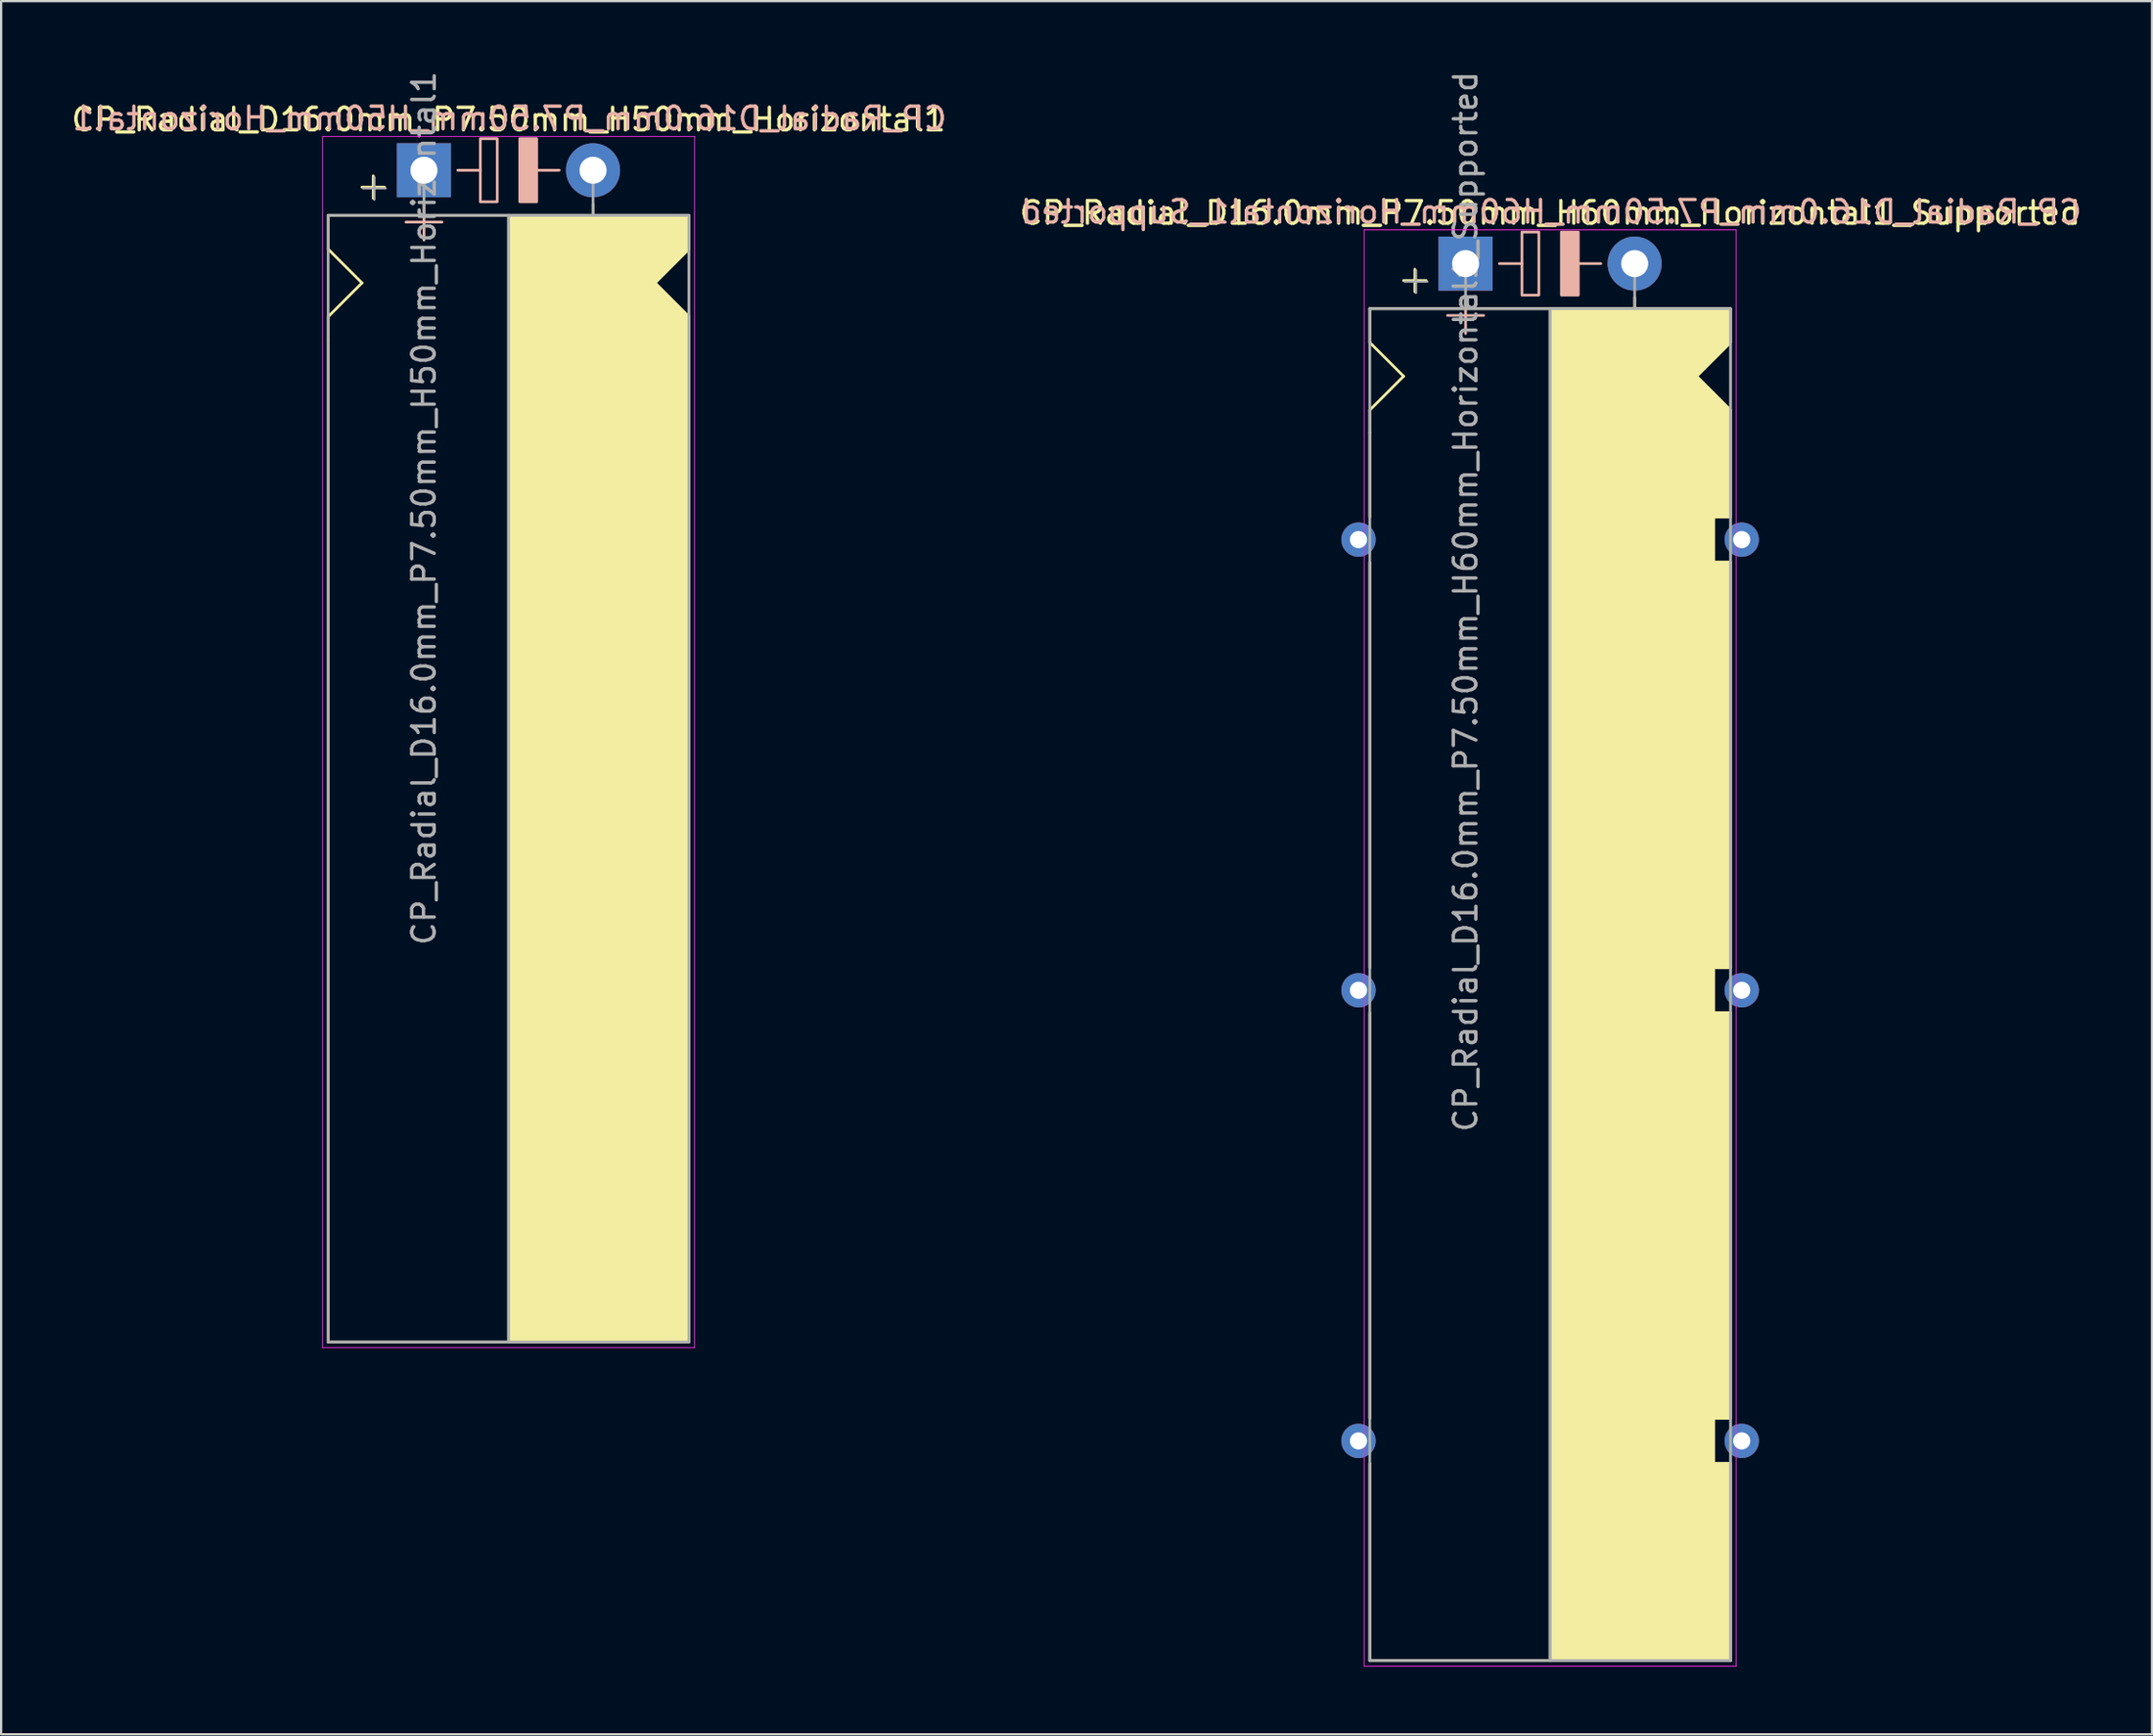
<source format=kicad_pcb>
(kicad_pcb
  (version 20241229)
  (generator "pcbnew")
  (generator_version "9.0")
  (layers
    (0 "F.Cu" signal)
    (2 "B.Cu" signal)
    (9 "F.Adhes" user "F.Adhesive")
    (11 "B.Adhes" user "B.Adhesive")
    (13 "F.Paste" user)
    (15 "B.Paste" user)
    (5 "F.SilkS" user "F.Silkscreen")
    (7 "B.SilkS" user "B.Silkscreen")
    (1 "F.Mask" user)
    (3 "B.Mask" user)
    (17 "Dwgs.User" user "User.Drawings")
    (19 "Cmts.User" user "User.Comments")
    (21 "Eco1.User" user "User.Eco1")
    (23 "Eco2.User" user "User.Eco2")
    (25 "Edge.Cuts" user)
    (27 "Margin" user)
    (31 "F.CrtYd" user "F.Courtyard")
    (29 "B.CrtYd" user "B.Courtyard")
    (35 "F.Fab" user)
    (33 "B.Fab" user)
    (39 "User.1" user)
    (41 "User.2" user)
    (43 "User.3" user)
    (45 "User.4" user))
  (footprint "CP_Radial_D16.0mm_P7.50mm_H50mm_Horizontal1"
    (layer "F.Cu")
    (at 15.756 4.506)
    (property "Reference" "CP_Radial_D16.0mm_P7.50mm_H50mm_Horizontal1" (at 3.75 -2.25 0) (layer "F.SilkS") (effects (font (size 1 1) (thickness 0.15))))
    (fp_line (start -4.25 2) (end -4.25 3.5) (stroke (width 0.12) (type solid)) (layer "F.SilkS"))
    (fp_line (start -4.25 3.5) (end -2.75 5) (stroke (width 0.12) (type solid)) (layer "F.SilkS"))
    (fp_line (start -4.25 6.5) (end -4.25 7.5) (stroke (width 0.12) (type solid)) (layer "F.SilkS"))
    (fp_line (start -4.25 7.5) (end -4.25 52) (stroke (width 0.12) (type solid)) (layer "F.SilkS"))
    (fp_line (start -2.75 5) (end -4.25 6.5) (stroke (width 0.12) (type solid)) (layer "F.SilkS"))
    (fp_line (start -2.25 0.25) (end -2.25 1.25) (stroke (width 0.12) (type solid)) (layer "F.SilkS"))
    (fp_line (start -1.75 0.75) (end -2.75 0.75) (stroke (width 0.12) (type solid)) (layer "F.SilkS"))
    (fp_line (start 0 1.5) (end 0 2) (stroke (width 0.12) (type solid)) (layer "F.SilkS"))
    (fp_line (start 3.75 2) (end -4.25 2) (stroke (width 0.12) (type solid)) (layer "F.SilkS"))
    (fp_line (start 3.75 2) (end 3.75 52) (stroke (width 0.12) (type solid)) (layer "F.SilkS"))
    (fp_line (start 3.75 2) (end 11.75 2) (stroke (width 0.12) (type solid)) (layer "F.SilkS"))
    (fp_line (start 7.5 1.5) (end 7.5 2) (stroke (width 0.12) (type solid)) (layer "F.SilkS"))
    (fp_line (start 10.25 5) (end 11.75 6.5) (stroke (width 0.12) (type solid)) (layer "F.SilkS"))
    (fp_line (start 11.75 2) (end 11.75 3.5) (stroke (width 0.12) (type solid)) (layer "F.SilkS"))
    (fp_line (start 11.75 3.5) (end 10.25 5) (stroke (width 0.12) (type solid)) (layer "F.SilkS"))
    (fp_line (start 11.75 52) (end -4.25 52) (stroke (width 0.12) (type solid)) (layer "F.SilkS"))
    (fp_line (start 11.75 52) (end 11.75 6.5) (stroke (width 0.12) (type solid)) (layer "F.SilkS"))
    (fp_poly (pts (xy 11.75 3.5) (xy 10.25 5) (xy 11.75 6.5) (xy 11.75 52) (xy 3.75 52) (xy 3.75 2) (xy 11.75 2)) (stroke (width 0.1) (type solid)) (fill yes) (layer "F.SilkS"))
    (fp_line (start 0 1.5) (end 0 3.1) (stroke (width 0.12) (type solid)) (layer "B.SilkS"))
    (fp_line (start 0.8 2.3) (end -0.8 2.3) (stroke (width 0.12) (type solid)) (layer "B.SilkS"))
    (fp_line (start 2.5 0) (end 1.5 0) (stroke (width 0.12) (type solid)) (layer "B.SilkS"))
    (fp_line (start 6 0) (end 5 0) (stroke (width 0.12) (type solid)) (layer "B.SilkS"))
    (fp_rect (start 2.5 -1.4) (end 3.25 1.4) (stroke (width 0.12) (type solid)) (fill no) (layer "B.SilkS"))
    (fp_rect (start 4.25 -1.4) (end 5 1.4) (stroke (width 0.12) (type solid)) (fill yes) (layer "B.SilkS"))
    (fp_line (start -4.5 -1.5) (end 12 -1.5) (stroke (width 0.04) (type solid)) (layer "F.CrtYd"))
    (fp_line (start -4.5 52.25) (end -4.5 -1.5) (stroke (width 0.04) (type solid)) (layer "F.CrtYd"))
    (fp_line (start 12 -1.5) (end 12 52.25) (stroke (width 0.04) (type solid)) (layer "F.CrtYd"))
    (fp_line (start 12 52.25) (end -4.5 52.25) (stroke (width 0.04) (type solid)) (layer "F.CrtYd"))
    (fp_line (start -4.25 2) (end -4.25 52) (stroke (width 0.12) (type solid)) (layer "F.Fab"))
    (fp_line (start -4.25 52) (end 11.75 52) (stroke (width 0.12) (type solid)) (layer "F.Fab"))
    (fp_line (start -2.7 0.8) (end -1.7 0.8) (stroke (width 0.1) (type solid)) (layer "F.Fab"))
    (fp_line (start -2.2 1.3) (end -2.2 0.3) (stroke (width 0.1) (type solid)) (layer "F.Fab"))
    (fp_line (start 0 0) (end 0 2) (stroke (width 0.12) (type solid)) (layer "F.Fab"))
    (fp_line (start 0 2) (end -4.25 2) (stroke (width 0.12) (type solid)) (layer "F.Fab"))
    (fp_line (start 3.75 2) (end 3.75 52) (stroke (width 0.12) (type solid)) (layer "F.Fab"))
    (fp_line (start 7.5 0) (end 7.5 2) (stroke (width 0.12) (type solid)) (layer "F.Fab"))
    (fp_line (start 11.75 2) (end 0 2) (stroke (width 0.12) (type solid)) (layer "F.Fab"))
    (fp_line (start 11.75 52) (end 11.75 2) (stroke (width 0.12) (type solid)) (layer "F.Fab"))
    (fp_poly (pts (xy 11.75 52) (xy 3.75 52) (xy 3.75 2) (xy 11.75 2)) (stroke (width 0.1) (type solid)) (fill no) (layer "F.Fab"))
    (fp_text user "${REFERENCE}" (at 3.8 -2.3 0) (layer "B.SilkS") (effects (font (size 1 1) (thickness 0.15)) (justify mirror)))
    (fp_text user "${REFERENCE}" (at 0 15 90) (layer "F.Fab") (effects (font (size 1 1) (thickness 0.15))))
    (pad "1" thru_hole rect (at 0 0) (size 2.4 2.4) (drill 1.2) (layers "*.Cu" "*.Mask"))
    (pad "2" thru_hole circle (at 7.5 0) (size 2.4 2.4) (drill 1.2) (layers "*.Cu" "*.Mask")))
  (footprint "CP_Radial_D16.0mm_P7.50mm_H60mm_Horizontal1_Supported"
    (layer "F.Cu")
    (at 61.961 8.649)
    (property "Reference" "CP_Radial_D16.0mm_P7.50mm_H60mm_Horizontal1_Supported" (at 3.75 -2.25 0) (layer "F.SilkS") (effects (font (size 1 1) (thickness 0.15))))
    (fp_line (start -4.25 2) (end -4.25 3.5) (stroke (width 0.12) (type solid)) (layer "F.SilkS"))
    (fp_line (start -4.25 3.5) (end -2.75 5) (stroke (width 0.12) (type solid)) (layer "F.SilkS"))
    (fp_line (start -4.25 6.5) (end -4.25 7.5) (stroke (width 0.12) (type solid)) (layer "F.SilkS"))
    (fp_line (start -4.25 7.5) (end -4.25 11.25) (stroke (width 0.12) (type solid)) (layer "F.SilkS"))
    (fp_line (start -4.25 31.25) (end -4.25 13.25) (stroke (width 0.12) (type solid)) (layer "F.SilkS"))
    (fp_line (start -4.25 33.25) (end -4.25 51.25) (stroke (width 0.12) (type solid)) (layer "F.SilkS"))
    (fp_line (start -4.25 53.25) (end -4.25 62) (stroke (width 0.12) (type solid)) (layer "F.SilkS"))
    (fp_line (start -2.75 5) (end -4.25 6.5) (stroke (width 0.12) (type solid)) (layer "F.SilkS"))
    (fp_line (start -2.25 0.25) (end -2.25 1.25) (stroke (width 0.12) (type solid)) (layer "F.SilkS"))
    (fp_line (start -1.75 0.75) (end -2.75 0.75) (stroke (width 0.12) (type solid)) (layer "F.SilkS"))
    (fp_line (start 0 1.5) (end 0 2) (stroke (width 0.12) (type solid)) (layer "F.SilkS"))
    (fp_line (start 3.75 2) (end -4.25 2) (stroke (width 0.12) (type solid)) (layer "F.SilkS"))
    (fp_line (start 3.75 2) (end 3.75 62) (stroke (width 0.12) (type solid)) (layer "F.SilkS"))
    (fp_line (start 3.75 2) (end 11.75 2) (stroke (width 0.12) (type solid)) (layer "F.SilkS"))
    (fp_line (start 7.5 1.5) (end 7.5 2) (stroke (width 0.12) (type solid)) (layer "F.SilkS"))
    (fp_line (start 10.25 5) (end 11.75 6.5) (stroke (width 0.12) (type solid)) (layer "F.SilkS"))
    (fp_line (start 11 11.25) (end 11.75 11.25) (stroke (width 0.12) (type solid)) (layer "F.SilkS"))
    (fp_line (start 11 13.25) (end 11 11.25) (stroke (width 0.12) (type solid)) (layer "F.SilkS"))
    (fp_line (start 11 31.25) (end 11.75 31.25) (stroke (width 0.12) (type solid)) (layer "F.SilkS"))
    (fp_line (start 11 33.25) (end 11 31.25) (stroke (width 0.12) (type solid)) (layer "F.SilkS"))
    (fp_line (start 11 51.25) (end 11.75 51.25) (stroke (width 0.12) (type solid)) (layer "F.SilkS"))
    (fp_line (start 11 53.25) (end 11 51.25) (stroke (width 0.12) (type solid)) (layer "F.SilkS"))
    (fp_line (start 11.75 2) (end 11.75 3.5) (stroke (width 0.12) (type solid)) (layer "F.SilkS"))
    (fp_line (start 11.75 3.5) (end 10.25 5) (stroke (width 0.12) (type solid)) (layer "F.SilkS"))
    (fp_line (start 11.75 11.25) (end 11.75 6.5) (stroke (width 0.12) (type solid)) (layer "F.SilkS"))
    (fp_line (start 11.75 13.25) (end 11 13.25) (stroke (width 0.12) (type solid)) (layer "F.SilkS"))
    (fp_line (start 11.75 13.25) (end 11.75 31.25) (stroke (width 0.12) (type solid)) (layer "F.SilkS"))
    (fp_line (start 11.75 33.25) (end 11 33.25) (stroke (width 0.12) (type solid)) (layer "F.SilkS"))
    (fp_line (start 11.75 33.25) (end 11.75 51.25) (stroke (width 0.12) (type solid)) (layer "F.SilkS"))
    (fp_line (start 11.75 53.25) (end 11 53.25) (stroke (width 0.12) (type solid)) (layer "F.SilkS"))
    (fp_line (start 11.75 62) (end -4.25 62) (stroke (width 0.12) (type solid)) (layer "F.SilkS"))
    (fp_line (start 11.75 62) (end 11.75 53.25) (stroke (width 0.12) (type solid)) (layer "F.SilkS"))
    (fp_poly (pts (xy 11.75 3.5) (xy 10.25 5) (xy 11.75 6.5) (xy 11.75 11.25) (xy 11 11.25) (xy 11 13.25) (xy 11.75 13.25) (xy 11.75 31.25) (xy 11 31.25) (xy 11 33.25) (xy 11.75 33.25) (xy 11.75 51.25) (xy 11 51.25) (xy 11 53.25) (xy 11.75 53.25) (xy 11.75 62) (xy 3.75 62) (xy 3.75 2) (xy 11.75 2)) (stroke (width 0.1) (type solid)) (fill yes) (layer "F.SilkS"))
    (fp_line (start 0 1.5) (end 0 3.1) (stroke (width 0.12) (type solid)) (layer "B.SilkS"))
    (fp_line (start 0.8 2.3) (end -0.8 2.3) (stroke (width 0.12) (type solid)) (layer "B.SilkS"))
    (fp_line (start 2.5 0) (end 1.5 0) (stroke (width 0.12) (type solid)) (layer "B.SilkS"))
    (fp_line (start 6 0) (end 5 0) (stroke (width 0.12) (type solid)) (layer "B.SilkS"))
    (fp_rect (start 2.5 -1.4) (end 3.25 1.4) (stroke (width 0.12) (type solid)) (fill no) (layer "B.SilkS"))
    (fp_rect (start 4.25 -1.4) (end 5 1.4) (stroke (width 0.12) (type solid)) (fill yes) (layer "B.SilkS"))
    (fp_line (start -4.5 -1.5) (end 12 -1.5) (stroke (width 0.04) (type solid)) (layer "F.CrtYd"))
    (fp_line (start -4.5 62.25) (end -4.5 -1.5) (stroke (width 0.04) (type solid)) (layer "F.CrtYd"))
    (fp_line (start 12 -1.5) (end 12 62.25) (stroke (width 0.04) (type solid)) (layer "F.CrtYd"))
    (fp_line (start 12 62.25) (end -4.5 62.25) (stroke (width 0.04) (type solid)) (layer "F.CrtYd"))
    (fp_line (start -4.25 2) (end -4.25 62) (stroke (width 0.12) (type solid)) (layer "F.Fab"))
    (fp_line (start -4.25 62) (end 11.75 62) (stroke (width 0.12) (type solid)) (layer "F.Fab"))
    (fp_line (start -2.7 0.8) (end -1.7 0.8) (stroke (width 0.1) (type solid)) (layer "F.Fab"))
    (fp_line (start -2.2 1.3) (end -2.2 0.3) (stroke (width 0.1) (type solid)) (layer "F.Fab"))
    (fp_line (start 0 0) (end 0 2) (stroke (width 0.12) (type solid)) (layer "F.Fab"))
    (fp_line (start 0 2) (end -4.25 2) (stroke (width 0.12) (type solid)) (layer "F.Fab"))
    (fp_line (start 3.75 2) (end 3.75 62) (stroke (width 0.12) (type solid)) (layer "F.Fab"))
    (fp_line (start 7.5 0) (end 7.5 2) (stroke (width 0.12) (type solid)) (layer "F.Fab"))
    (fp_line (start 11.75 2) (end 0 2) (stroke (width 0.12) (type solid)) (layer "F.Fab"))
    (fp_line (start 11.75 62) (end 11.75 2) (stroke (width 0.12) (type solid)) (layer "F.Fab"))
    (fp_poly (pts (xy 11.75 62) (xy 3.75 62) (xy 3.75 2) (xy 11.75 2)) (stroke (width 0.1) (type solid)) (fill no) (layer "F.Fab"))
    (fp_text user "${REFERENCE}" (at 3.8 -2.3 0) (layer "B.SilkS") (effects (font (size 1 1) (thickness 0.15)) (justify mirror)))
    (fp_text user "${REFERENCE}" (at 0 15 90) (layer "F.Fab") (effects (font (size 1 1) (thickness 0.15))))
    (pad "1" thru_hole rect (at 0 0) (size 2.4 2.4) (drill 1.2) (layers "*.Cu" "*.Mask"))
    (pad "2" thru_hole circle (at 7.5 0) (size 2.4 2.4) (drill 1.2) (layers "*.Cu" "*.Mask"))
    (pad "~" thru_hole circle (at -4.75 12.25) (size 1.524 1.524) (drill 0.762) (layers "*.Cu" "*.Mask"))
    (pad "~" thru_hole circle (at -4.75 32.25) (size 1.524 1.524) (drill 0.762) (layers "*.Cu" "*.Mask"))
    (pad "~" thru_hole circle (at -4.75 52.25) (size 1.524 1.524) (drill 0.762) (layers "*.Cu" "*.Mask"))
    (pad "~" thru_hole circle (at 12.25 12.25) (size 1.524 1.524) (drill 0.762) (layers "*.Cu" "*.Mask"))
    (pad "~" thru_hole circle (at 12.25 32.25) (size 1.524 1.524) (drill 0.762) (layers "*.Cu" "*.Mask"))
    (pad "~" thru_hole circle (at 12.25 52.25) (size 1.524 1.524) (drill 0.762) (layers "*.Cu" "*.Mask")))
  (gr_rect
    (start -3 -3)
    (end 92.41 73.919)
    (stroke (width 0.1) (type default))
    (fill no)
    (layer "Edge.Cuts")))
</source>
